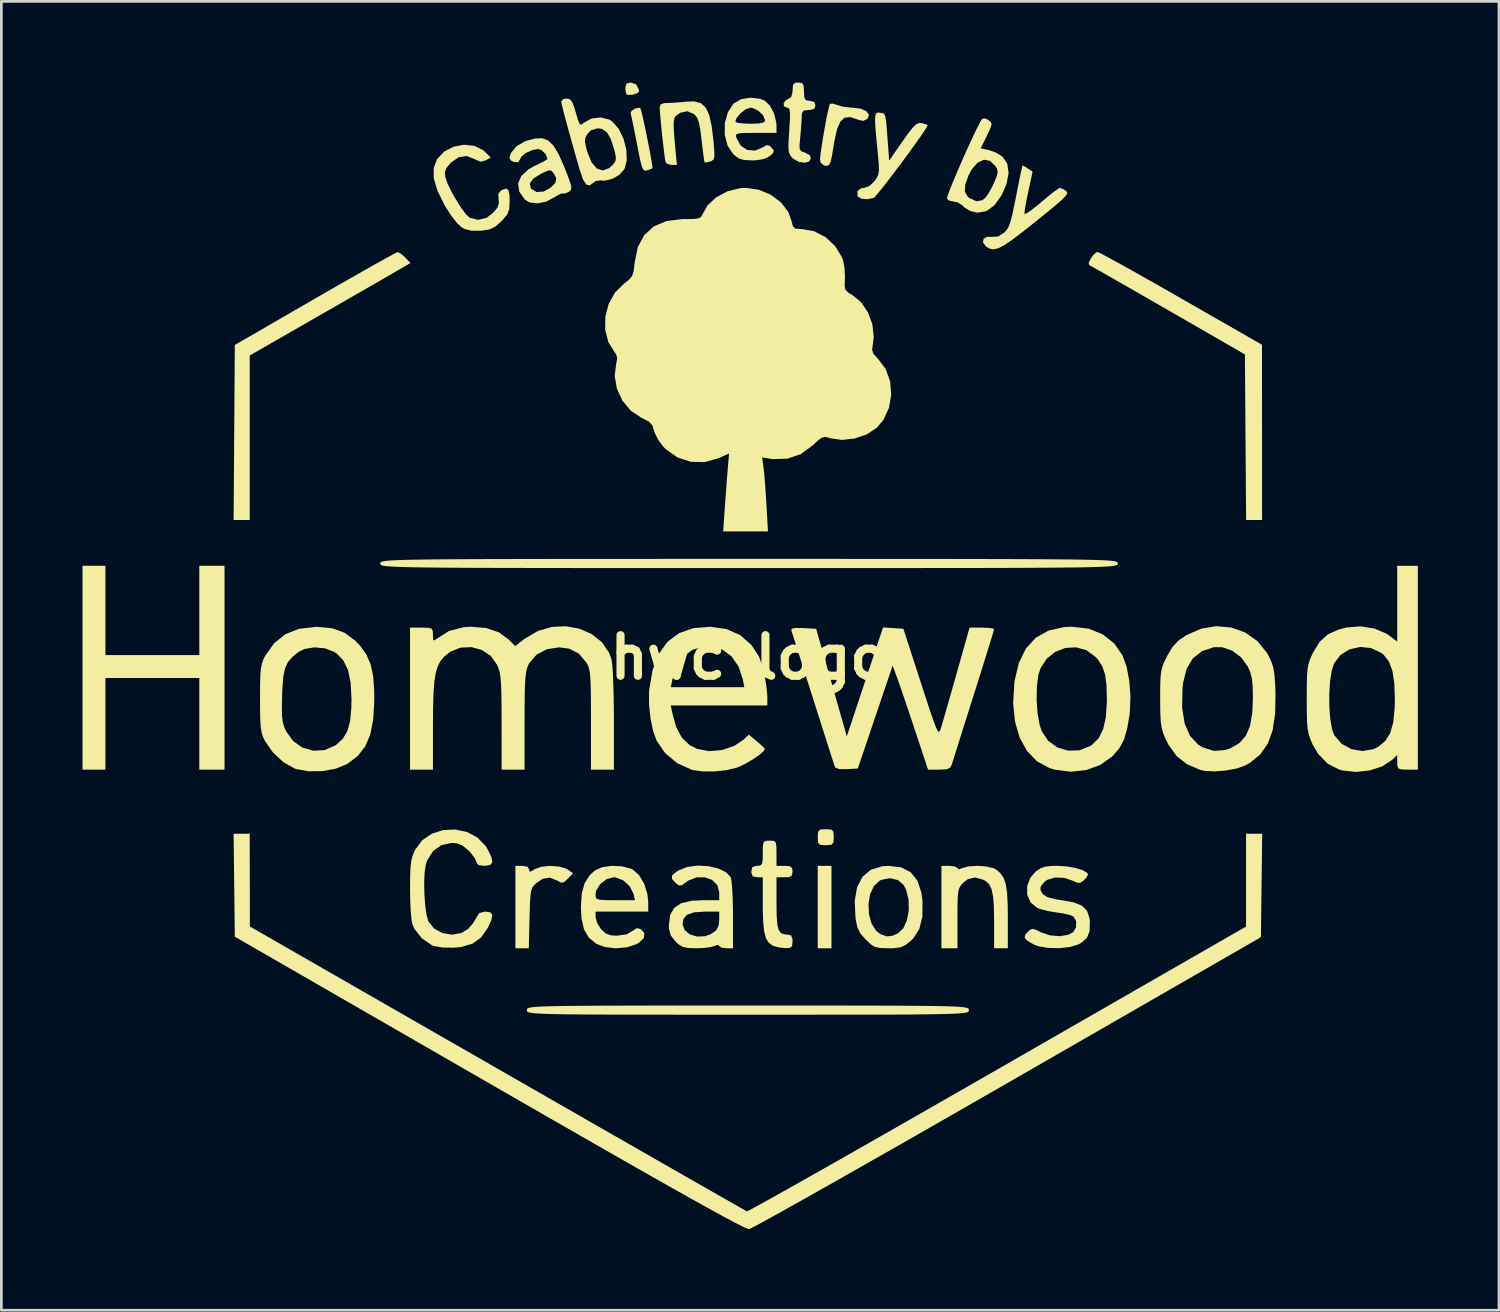
<source format=kicad_pcb>
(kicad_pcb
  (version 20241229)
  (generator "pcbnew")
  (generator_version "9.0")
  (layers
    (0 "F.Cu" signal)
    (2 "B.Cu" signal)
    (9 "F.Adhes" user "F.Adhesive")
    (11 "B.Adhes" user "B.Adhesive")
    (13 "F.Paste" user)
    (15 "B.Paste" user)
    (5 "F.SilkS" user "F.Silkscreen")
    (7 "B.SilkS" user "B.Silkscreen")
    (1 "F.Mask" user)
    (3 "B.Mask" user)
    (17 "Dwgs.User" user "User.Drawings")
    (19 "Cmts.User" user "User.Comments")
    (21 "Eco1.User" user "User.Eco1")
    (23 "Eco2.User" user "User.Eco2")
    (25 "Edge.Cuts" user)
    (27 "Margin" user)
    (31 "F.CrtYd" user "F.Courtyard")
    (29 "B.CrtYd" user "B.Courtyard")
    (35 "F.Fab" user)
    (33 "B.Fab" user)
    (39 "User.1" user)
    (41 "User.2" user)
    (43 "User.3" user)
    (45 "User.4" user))
  (footprint "hwc logo"
    (layer "F.Cu")
    (at 24.638 21.251)
    (property "Reference" "hwc logo" (at 0 0 0) (layer "F.SilkS") (effects (font (size 1.5 1.5) (thickness 0.3))))
    (attr board_only exclude_from_pos_files exclude_from_bom)
    (fp_poly (pts (xy 3.048 9.229) (xy 3.048 10.753) (xy 2.794 10.753) (xy 2.54 10.753) (xy 2.54 9.229) (xy 2.54 7.705) (xy 2.794 7.705) (xy 3.048 7.705)) (stroke (width 0) (type solid)) (fill yes) (layer "F.SilkS"))
    (fp_poly (pts (xy -4.171 -21.179) (xy -4.07 -20.988) (xy -4.064 -20.916) (xy -4.135 -20.853) (xy -4.292 -20.805) (xy -4.454 -20.79) (xy -4.528 -20.812) (xy -4.562 -20.922) (xy -4.572 -21.054) (xy -4.531 -21.207) (xy -4.38 -21.251) (xy -4.369 -21.251)) (stroke (width 0) (type solid)) (fill yes) (layer "F.SilkS"))
    (fp_poly (pts (xy 3.035 6.363) (xy 3.116 6.437) (xy 3.133 6.624) (xy 3.133 6.646) (xy 3.12 6.845) (xy 3.046 6.926) (xy 2.859 6.943) (xy 2.836 6.943) (xy 2.638 6.93) (xy 2.556 6.856) (xy 2.54 6.669) (xy 2.54 6.646) (xy 2.553 6.448) (xy 2.627 6.366) (xy 2.814 6.35) (xy 2.836 6.35)) (stroke (width 0) (type solid)) (fill yes) (layer "F.SilkS"))
    (fp_poly (pts (xy -23.791 -1.736) (xy -23.791 -0.085) (xy -22.056 -0.085) (xy -20.32 -0.085) (xy -20.32 -1.736) (xy -20.32 -3.387) (xy -19.854 -3.387) (xy -19.389 -3.387) (xy -19.389 0.381) (xy -19.389 4.149) (xy -19.854 4.149) (xy -20.32 4.149) (xy -20.32 2.455) (xy -20.32 0.762) (xy -22.056 0.762) (xy -23.791 0.762) (xy -23.791 2.455) (xy -23.791 4.149) (xy -24.215 4.149) (xy -24.638 4.149) (xy -24.638 0.381) (xy -24.638 -3.387) (xy -24.215 -3.387) (xy -23.791 -3.387)) (stroke (width 0) (type solid)) (fill yes) (layer "F.SilkS"))
    (fp_poly (pts (xy -4.015 -20.3) (xy -3.985 -20.207) (xy -3.932 -19.988) (xy -3.864 -19.68) (xy -3.789 -19.322) (xy -3.715 -18.95) (xy -3.649 -18.602) (xy -3.598 -18.317) (xy -3.571 -18.131) (xy -3.57 -18.08) (xy -3.664 -18.038) (xy -3.772 -18.002) (xy -3.846 -17.991) (xy -3.905 -18.027) (xy -3.958 -18.135) (xy -4.014 -18.342) (xy -4.083 -18.672) (xy -4.144 -18.986) (xy -4.223 -19.391) (xy -4.293 -19.739) (xy -4.347 -19.993) (xy -4.378 -20.119) (xy -4.379 -20.122) (xy -4.337 -20.209) (xy -4.208 -20.287) (xy -4.07 -20.319)) (stroke (width 0) (type solid)) (fill yes) (layer "F.SilkS"))
    (fp_poly (pts (xy -12.874 -14.928) (xy -12.717 -14.793) (xy -12.708 -14.783) (xy -12.517 -14.579) (xy -13.01 -14.291) (xy -13.204 -14.179) (xy -13.522 -13.995) (xy -13.944 -13.752) (xy -14.448 -13.462) (xy -15.011 -13.138) (xy -15.613 -12.792) (xy -15.981 -12.581) (xy -18.457 -11.16) (xy -18.457 -8.12) (xy -18.457 -5.08) (xy -18.755 -5.08) (xy -19.052 -5.08) (xy -19.03 -8.315) (xy -19.008 -11.549) (xy -16.044 -13.263) (xy -15.398 -13.635) (xy -14.795 -13.98) (xy -14.253 -14.289) (xy -13.787 -14.552) (xy -13.413 -14.759) (xy -13.148 -14.904) (xy -13.007 -14.975) (xy -12.99 -14.981)) (stroke (width 0) (type solid)) (fill yes) (layer "F.SilkS"))
    (fp_poly (pts (xy 12.976 -14.945) (xy 13.199 -14.829) (xy 13.536 -14.645) (xy 13.972 -14.404) (xy 14.49 -14.113) (xy 15.075 -13.783) (xy 15.71 -13.421) (xy 15.971 -13.271) (xy 18.962 -11.557) (xy 18.964 -8.319) (xy 18.965 -5.08) (xy 18.67 -5.08) (xy 18.375 -5.08) (xy 18.353 -8.14) (xy 18.33 -11.2) (xy 15.494 -12.835) (xy 14.861 -13.199) (xy 14.273 -13.537) (xy 13.747 -13.838) (xy 13.298 -14.095) (xy 12.943 -14.296) (xy 12.699 -14.434) (xy 12.582 -14.498) (xy 12.575 -14.501) (xy 12.557 -14.58) (xy 12.62 -14.723) (xy 12.726 -14.873) (xy 12.84 -14.973) (xy 12.884 -14.986)) (stroke (width 0) (type solid)) (fill yes) (layer "F.SilkS"))
    (fp_poly (pts (xy -8.184 7.74) (xy -8.128 7.836) (xy -8.113 7.921) (xy -8.037 7.901) (xy -7.94 7.836) (xy -7.697 7.743) (xy -7.37 7.707) (xy -7.031 7.729) (xy -6.757 7.808) (xy -6.701 7.841) (xy -6.507 7.977) (xy -6.697 8.18) (xy -6.84 8.311) (xy -6.951 8.326) (xy -7.081 8.255) (xy -7.36 8.14) (xy -7.626 8.183) (xy -7.848 8.332) (xy -7.945 8.421) (xy -8.012 8.512) (xy -8.055 8.639) (xy -8.082 8.833) (xy -8.099 9.126) (xy -8.111 9.551) (xy -8.114 9.644) (xy -8.141 10.753) (xy -8.389 10.753) (xy -8.636 10.753) (xy -8.636 9.229) (xy -8.636 7.705) (xy -8.382 7.705)) (stroke (width 0) (type solid)) (fill yes) (layer "F.SilkS"))
    (fp_poly (pts (xy 3.263 -20.418) (xy 3.488 -20.355) (xy 3.775 -20.322) (xy 3.843 -20.32) (xy 4.126 -20.285) (xy 4.331 -20.193) (xy 4.431 -20.069) (xy 4.397 -19.933) (xy 4.36 -19.896) (xy 4.214 -19.83) (xy 4.024 -19.88) (xy 4.015 -19.884) (xy 3.744 -19.973) (xy 3.535 -19.952) (xy 3.376 -19.807) (xy 3.253 -19.525) (xy 3.156 -19.091) (xy 3.129 -18.923) (xy 3.069 -18.555) (xy 3.017 -18.325) (xy 2.959 -18.206) (xy 2.88 -18.168) (xy 2.773 -18.182) (xy 2.651 -18.285) (xy 2.625 -18.4) (xy 2.64 -18.578) (xy 2.678 -18.859) (xy 2.733 -19.204) (xy 2.797 -19.572) (xy 2.862 -19.922) (xy 2.923 -20.214) (xy 2.971 -20.408) (xy 2.993 -20.462) (xy 3.101 -20.471)) (stroke (width 0) (type solid)) (fill yes) (layer "F.SilkS"))
    (fp_poly (pts (xy 7.604 7.727) (xy 7.702 7.781) (xy 7.705 7.792) (xy 7.756 7.837) (xy 7.868 7.792) (xy 8.1 7.727) (xy 8.417 7.705) (xy 8.748 7.726) (xy 9.023 7.787) (xy 9.126 7.837) (xy 9.292 7.978) (xy 9.412 8.153) (xy 9.493 8.388) (xy 9.54 8.713) (xy 9.563 9.157) (xy 9.567 9.605) (xy 9.567 10.753) (xy 9.313 10.753) (xy 9.059 10.753) (xy 9.059 9.741) (xy 9.051 9.211) (xy 9.02 8.824) (xy 8.961 8.553) (xy 8.866 8.372) (xy 8.729 8.255) (xy 8.665 8.222) (xy 8.352 8.135) (xy 8.09 8.197) (xy 7.912 8.336) (xy 7.828 8.429) (xy 7.77 8.53) (xy 7.733 8.672) (xy 7.714 8.886) (xy 7.706 9.206) (xy 7.705 9.648) (xy 7.705 10.753) (xy 7.408 10.753) (xy 7.112 10.753) (xy 7.112 9.229) (xy 7.112 7.705) (xy 7.408 7.705)) (stroke (width 0) (type solid)) (fill yes) (layer "F.SilkS"))
    (fp_poly (pts (xy -1.786 -20.49) (xy -1.606 -20.331) (xy -1.475 -20.06) (xy -1.383 -19.659) (xy -1.316 -19.108) (xy -1.309 -19.037) (xy -1.283 -18.709) (xy -1.282 -18.511) (xy -1.312 -18.405) (xy -1.38 -18.352) (xy -1.437 -18.331) (xy -1.589 -18.296) (xy -1.644 -18.301) (xy -1.662 -18.393) (xy -1.693 -18.614) (xy -1.731 -18.927) (xy -1.754 -19.13) (xy -1.803 -19.523) (xy -1.855 -19.784) (xy -1.919 -19.951) (xy -2.007 -20.062) (xy -2.034 -20.084) (xy -2.281 -20.19) (xy -2.543 -20.134) (xy -2.703 -20.018) (xy -2.757 -19.935) (xy -2.784 -19.796) (xy -2.784 -19.567) (xy -2.76 -19.214) (xy -2.745 -19.053) (xy -2.667 -18.203) (xy -2.86 -18.203) (xy -3.025 -18.244) (xy -3.086 -18.309) (xy -3.109 -18.438) (xy -3.142 -18.692) (xy -3.181 -19.026) (xy -3.221 -19.396) (xy -3.258 -19.758) (xy -3.286 -20.067) (xy -3.301 -20.281) (xy -3.302 -20.326) (xy -3.266 -20.445) (xy -3.128 -20.49) (xy -3.027 -20.493) (xy -2.768 -20.504) (xy -2.452 -20.53) (xy -2.348 -20.542) (xy -2.029 -20.554)) (stroke (width 0) (type solid)) (fill yes) (layer "F.SilkS"))
    (fp_poly (pts (xy 4.846 -20.135) (xy 4.934 -20.121) (xy 4.994 -20.087) (xy 5.034 -20.004) (xy 5.064 -19.845) (xy 5.09 -19.578) (xy 5.12 -19.176) (xy 5.125 -19.11) (xy 5.18 -18.366) (xy 5.677 -19.078) (xy 5.908 -19.402) (xy 6.072 -19.608) (xy 6.194 -19.717) (xy 6.299 -19.755) (xy 6.389 -19.749) (xy 6.549 -19.705) (xy 6.604 -19.669) (xy 6.555 -19.574) (xy 6.422 -19.372) (xy 6.223 -19.088) (xy 5.979 -18.748) (xy 5.708 -18.379) (xy 5.43 -18.007) (xy 5.164 -17.657) (xy 4.929 -17.355) (xy 4.745 -17.129) (xy 4.632 -17.002) (xy 4.61 -16.986) (xy 4.368 -16.935) (xy 4.15 -16.956) (xy 4.019 -17.042) (xy 4.012 -17.056) (xy 4.007 -17.237) (xy 4.143 -17.341) (xy 4.265 -17.357) (xy 4.458 -17.429) (xy 4.647 -17.615) (xy 4.731 -17.738) (xy 4.781 -17.856) (xy 4.802 -18.008) (xy 4.796 -18.233) (xy 4.767 -18.569) (xy 4.747 -18.773) (xy 4.697 -19.287) (xy 4.667 -19.656) (xy 4.659 -19.902) (xy 4.675 -20.05) (xy 4.716 -20.122) (xy 4.784 -20.141)) (stroke (width 0) (type solid)) (fill yes) (layer "F.SilkS"))
    (fp_poly (pts (xy 5.627 7.763) (xy 5.978 7.944) (xy 6.224 8.252) (xy 6.371 8.693) (xy 6.412 9.006) (xy 6.41 9.575) (xy 6.298 10.03) (xy 6.071 10.387) (xy 5.965 10.491) (xy 5.772 10.641) (xy 5.589 10.72) (xy 5.346 10.75) (xy 5.152 10.753) (xy 4.854 10.744) (xy 4.658 10.702) (xy 4.494 10.6) (xy 4.316 10.432) (xy 4.117 10.206) (xy 4.006 9.985) (xy 3.944 9.688) (xy 3.935 9.624) (xy 3.913 9.121) (xy 4.416 9.121) (xy 4.435 9.499) (xy 4.532 9.846) (xy 4.706 10.117) (xy 4.864 10.234) (xy 5.092 10.313) (xy 5.301 10.291) (xy 5.504 10.202) (xy 5.704 10.012) (xy 5.839 9.709) (xy 5.906 9.341) (xy 5.897 8.954) (xy 5.809 8.595) (xy 5.717 8.416) (xy 5.502 8.23) (xy 5.211 8.162) (xy 4.896 8.222) (xy 4.835 8.25) (xy 4.616 8.451) (xy 4.476 8.757) (xy 4.416 9.121) (xy 3.913 9.121) (xy 3.908 9.001) (xy 3.995 8.495) (xy 4.193 8.111) (xy 4.502 7.852) (xy 4.919 7.721) (xy 5.165 7.705)) (stroke (width 0) (type solid)) (fill yes) (layer "F.SilkS"))
    (fp_poly (pts (xy 10.183 -18.153) (xy 10.305 -18.075) (xy 10.482 -17.951) (xy 10.321 -17.211) (xy 10.251 -16.873) (xy 10.203 -16.598) (xy 10.182 -16.426) (xy 10.184 -16.395) (xy 10.254 -16.413) (xy 10.421 -16.524) (xy 10.656 -16.707) (xy 10.811 -16.838) (xy 11.081 -17.064) (xy 11.306 -17.24) (xy 11.454 -17.341) (xy 11.49 -17.357) (xy 11.614 -17.311) (xy 11.719 -17.246) (xy 11.76 -17.199) (xy 11.756 -17.136) (xy 11.691 -17.042) (xy 11.55 -16.901) (xy 11.318 -16.7) (xy 10.981 -16.422) (xy 10.586 -16.103) (xy 10.101 -15.718) (xy 9.725 -15.434) (xy 9.438 -15.24) (xy 9.219 -15.127) (xy 9.05 -15.085) (xy 8.911 -15.104) (xy 8.782 -15.174) (xy 8.765 -15.185) (xy 8.648 -15.337) (xy 8.673 -15.475) (xy 8.814 -15.55) (xy 8.953 -15.545) (xy 9.202 -15.558) (xy 9.415 -15.686) (xy 9.512 -15.782) (xy 9.591 -15.909) (xy 9.661 -16.097) (xy 9.734 -16.376) (xy 9.819 -16.778) (xy 9.867 -17.018) (xy 9.949 -17.434) (xy 10.02 -17.786) (xy 10.075 -18.041) (xy 10.105 -18.171) (xy 10.109 -18.18)) (stroke (width 0) (type solid)) (fill yes) (layer "F.SilkS"))
    (fp_poly (pts (xy 0.907 6.781) (xy 0.983 6.832) (xy 1.011 6.969) (xy 1.016 7.232) (xy 1.016 7.239) (xy 1.016 7.705) (xy 1.312 7.705) (xy 1.513 7.72) (xy 1.595 7.792) (xy 1.609 7.916) (xy 1.587 8.059) (xy 1.487 8.118) (xy 1.312 8.128) (xy 1.016 8.128) (xy 1.016 9.085) (xy 1.022 9.552) (xy 1.047 9.876) (xy 1.098 10.082) (xy 1.186 10.194) (xy 1.317 10.24) (xy 1.414 10.245) (xy 1.554 10.276) (xy 1.605 10.402) (xy 1.609 10.499) (xy 1.591 10.673) (xy 1.502 10.74) (xy 1.333 10.747) (xy 1.078 10.716) (xy 0.877 10.654) (xy 0.731 10.55) (xy 0.627 10.386) (xy 0.56 10.136) (xy 0.522 9.775) (xy 0.508 9.276) (xy 0.508 9.14) (xy 0.508 8.128) (xy 0.296 8.128) (xy 0.135 8.093) (xy 0.086 7.955) (xy 0.085 7.916) (xy 0.12 7.755) (xy 0.257 7.706) (xy 0.296 7.705) (xy 0.418 7.693) (xy 0.481 7.629) (xy 0.505 7.472) (xy 0.508 7.239) (xy 0.512 6.973) (xy 0.54 6.834) (xy 0.615 6.782) (xy 0.758 6.773) (xy 0.762 6.773)) (stroke (width 0) (type solid)) (fill yes) (layer "F.SilkS"))
    (fp_poly (pts (xy 1.957 -21.233) (xy 2.017 -21.146) (xy 2.032 -20.942) (xy 2.032 -20.913) (xy 2.044 -20.694) (xy 2.098 -20.597) (xy 2.225 -20.574) (xy 2.244 -20.574) (xy 2.41 -20.534) (xy 2.455 -20.405) (xy 2.415 -20.281) (xy 2.267 -20.237) (xy 2.201 -20.235) (xy 2.021 -20.214) (xy 1.955 -20.116) (xy 1.947 -19.994) (xy 1.938 -19.776) (xy 1.916 -19.47) (xy 1.893 -19.236) (xy 1.867 -18.952) (xy 1.873 -18.792) (xy 1.925 -18.713) (xy 2.034 -18.672) (xy 2.063 -18.664) (xy 2.245 -18.563) (xy 2.286 -18.448) (xy 2.22 -18.328) (xy 2.056 -18.285) (xy 1.847 -18.317) (xy 1.646 -18.425) (xy 1.602 -18.464) (xy 1.523 -18.557) (xy 1.475 -18.666) (xy 1.456 -18.829) (xy 1.461 -19.084) (xy 1.486 -19.47) (xy 1.486 -19.48) (xy 1.511 -19.865) (xy 1.516 -20.112) (xy 1.5 -20.25) (xy 1.46 -20.309) (xy 1.408 -20.32) (xy 1.292 -20.373) (xy 1.28 -20.489) (xy 1.365 -20.601) (xy 1.439 -20.634) (xy 1.563 -20.716) (xy 1.607 -20.904) (xy 1.609 -20.965) (xy 1.626 -21.161) (xy 1.702 -21.239) (xy 1.82 -21.251)) (stroke (width 0) (type solid)) (fill yes) (layer "F.SilkS"))
    (fp_poly (pts (xy -10.158 -18.911) (xy -9.832 -18.752) (xy -9.758 -18.687) (xy -9.546 -18.475) (xy -9.732 -18.375) (xy -9.908 -18.322) (xy -10.085 -18.387) (xy -10.12 -18.409) (xy -10.434 -18.533) (xy -10.738 -18.488) (xy -11.023 -18.285) (xy -11.188 -18.092) (xy -11.244 -17.926) (xy -11.227 -17.757) (xy -11.15 -17.531) (xy -11.009 -17.235) (xy -10.829 -16.915) (xy -10.639 -16.616) (xy -10.464 -16.381) (xy -10.332 -16.257) (xy -10.013 -16.172) (xy -9.698 -16.253) (xy -9.466 -16.429) (xy -9.299 -16.627) (xy -9.245 -16.799) (xy -9.259 -16.935) (xy -9.267 -17.136) (xy -9.171 -17.256) (xy -9.134 -17.277) (xy -8.984 -17.331) (xy -8.897 -17.28) (xy -8.856 -17.102) (xy -8.848 -16.843) (xy -8.864 -16.573) (xy -8.935 -16.379) (xy -9.096 -16.181) (xy -9.159 -16.117) (xy -9.382 -15.921) (xy -9.595 -15.82) (xy -9.882 -15.775) (xy -9.921 -15.772) (xy -10.262 -15.771) (xy -10.514 -15.838) (xy -10.626 -15.899) (xy -10.792 -16.053) (xy -10.998 -16.316) (xy -11.21 -16.642) (xy -11.253 -16.714) (xy -11.52 -17.256) (xy -11.654 -17.711) (xy -11.656 -18.095) (xy -11.529 -18.422) (xy -11.268 -18.699) (xy -10.921 -18.878) (xy -10.536 -18.951)) (stroke (width 0) (type solid)) (fill yes) (layer "F.SilkS"))
    (fp_poly (pts (xy 0.4 -20.651) (xy 0.579 -20.581) (xy 0.772 -20.398) (xy 0.925 -20.108) (xy 1.008 -19.772) (xy 1.016 -19.645) (xy 1.016 -19.389) (xy 0.248 -19.389) (xy -0.113 -19.387) (xy -0.336 -19.377) (xy -0.449 -19.35) (xy -0.483 -19.298) (xy -0.468 -19.213) (xy -0.464 -19.198) (xy -0.309 -18.918) (xy -0.066 -18.758) (xy 0.223 -18.734) (xy 0.497 -18.849) (xy 0.649 -18.937) (xy 0.751 -18.918) (xy 0.833 -18.843) (xy 0.919 -18.733) (xy 0.892 -18.643) (xy 0.774 -18.537) (xy 0.557 -18.422) (xy 0.243 -18.375) (xy 0.111 -18.373) (xy -0.183 -18.387) (xy -0.38 -18.445) (xy -0.549 -18.571) (xy -0.592 -18.613) (xy -0.798 -18.93) (xy -0.899 -19.325) (xy -0.894 -19.748) (xy -0.879 -19.801) (xy -0.508 -19.801) (xy -0.431 -19.763) (xy -0.229 -19.737) (xy 0.042 -19.727) (xy 0.351 -19.736) (xy 0.523 -19.766) (xy 0.589 -19.826) (xy 0.593 -19.854) (xy 0.521 -20.038) (xy 0.346 -20.208) (xy 0.13 -20.31) (xy 0.048 -20.32) (xy -0.13 -20.257) (xy -0.322 -20.107) (xy -0.467 -19.925) (xy -0.508 -19.801) (xy -0.879 -19.801) (xy -0.785 -20.146) (xy -0.574 -20.467) (xy -0.552 -20.488) (xy -0.289 -20.634) (xy 0.052 -20.691)) (stroke (width 0) (type solid)) (fill yes) (layer "F.SilkS"))
    (fp_poly (pts (xy 8.852 -19.862) (xy 8.939 -19.788) (xy 8.966 -19.706) (xy 8.927 -19.571) (xy 8.819 -19.338) (xy 8.789 -19.277) (xy 8.561 -18.813) (xy 8.852 -18.758) (xy 9.129 -18.661) (xy 9.369 -18.51) (xy 9.547 -18.25) (xy 9.596 -17.903) (xy 9.517 -17.492) (xy 9.346 -17.1) (xy 9.075 -16.715) (xy 8.771 -16.494) (xy 8.435 -16.44) (xy 8.167 -16.506) (xy 7.97 -16.628) (xy 7.882 -16.712) (xy 7.711 -16.821) (xy 7.565 -16.849) (xy 7.391 -16.89) (xy 7.317 -16.962) (xy 7.34 -17.063) (xy 7.397 -17.218) (xy 7.978 -17.218) (xy 8.083 -17.032) (xy 8.147 -16.98) (xy 8.408 -16.86) (xy 8.629 -16.901) (xy 8.747 -17) (xy 8.861 -17.165) (xy 8.997 -17.415) (xy 9.062 -17.556) (xy 9.163 -17.803) (xy 9.193 -17.958) (xy 9.157 -18.082) (xy 9.113 -18.155) (xy 8.911 -18.355) (xy 8.683 -18.397) (xy 8.45 -18.29) (xy 8.232 -18.039) (xy 8.121 -17.832) (xy 7.991 -17.476) (xy 7.978 -17.218) (xy 7.397 -17.218) (xy 7.422 -17.288) (xy 7.55 -17.605) (xy 7.711 -17.986) (xy 7.891 -18.399) (xy 8.077 -18.816) (xy 8.257 -19.205) (xy 8.416 -19.538) (xy 8.542 -19.784) (xy 8.621 -19.913) (xy 8.625 -19.918) (xy 8.732 -19.924)) (stroke (width 0) (type solid)) (fill yes) (layer "F.SilkS"))
    (fp_poly (pts (xy -4.706 7.721) (xy -4.368 7.809) (xy -4.307 7.837) (xy -4.067 8.045) (xy -3.874 8.369) (xy -3.755 8.758) (xy -3.727 9.038) (xy -3.725 9.398) (xy -4.699 9.398) (xy -5.673 9.398) (xy -5.673 9.605) (xy -5.618 9.808) (xy -5.486 10.028) (xy -5.468 10.049) (xy -5.296 10.208) (xy -5.094 10.276) (xy -4.885 10.287) (xy -4.527 10.238) (xy -4.322 10.121) (xy -4.157 10.012) (xy -4.016 10.034) (xy -3.996 10.046) (xy -3.866 10.198) (xy -3.891 10.373) (xy -4.066 10.546) (xy -4.147 10.594) (xy -4.507 10.716) (xy -4.927 10.753) (xy -5.337 10.706) (xy -5.647 10.587) (xy -5.923 10.357) (xy -6.102 10.052) (xy -6.194 9.64) (xy -6.215 9.229) (xy -6.185 8.759) (xy -5.673 8.759) (xy -5.667 8.863) (xy -5.626 8.927) (xy -5.518 8.96) (xy -5.309 8.973) (xy -4.966 8.975) (xy -4.944 8.975) (xy -4.215 8.975) (xy -4.27 8.742) (xy -4.408 8.462) (xy -4.648 8.243) (xy -4.933 8.133) (xy -5.004 8.128) (xy -5.27 8.199) (xy -5.503 8.38) (xy -5.649 8.619) (xy -5.673 8.759) (xy -6.185 8.759) (xy -6.183 8.726) (xy -6.077 8.344) (xy -5.884 8.047) (xy -5.705 7.881) (xy -5.441 7.759) (xy -5.086 7.705)) (stroke (width 0) (type solid)) (fill yes) (layer "F.SilkS"))
    (fp_poly (pts (xy -6.629 -20.636) (xy -6.544 -20.545) (xy -6.465 -20.349) (xy -6.403 -20.14) (xy -6.322 -19.863) (xy -6.263 -19.722) (xy -6.203 -19.692) (xy -6.122 -19.746) (xy -6.099 -19.767) (xy -5.818 -19.921) (xy -5.484 -19.96) (xy -5.168 -19.881) (xy -5.057 -19.812) (xy -4.816 -19.537) (xy -4.637 -19.167) (xy -4.534 -18.759) (xy -4.52 -18.365) (xy -4.605 -18.052) (xy -4.79 -17.841) (xy -5.063 -17.685) (xy -5.352 -17.619) (xy -5.49 -17.632) (xy -5.667 -17.609) (xy -5.742 -17.556) (xy -5.888 -17.448) (xy -6.014 -17.477) (xy -6.13 -17.654) (xy -6.248 -17.988) (xy -6.255 -18.013) (xy -6.427 -18.611) (xy -6.56 -19.082) (xy -6.067 -19.082) (xy -6.033 -18.888) (xy -5.975 -18.677) (xy -5.821 -18.3) (xy -5.627 -18.072) (xy -5.406 -18) (xy -5.169 -18.087) (xy -5.027 -18.216) (xy -4.941 -18.336) (xy -4.92 -18.473) (xy -4.96 -18.689) (xy -4.984 -18.779) (xy -5.113 -19.171) (xy -5.259 -19.417) (xy -5.439 -19.537) (xy -5.588 -19.558) (xy -5.842 -19.489) (xy -5.974 -19.35) (xy -6.048 -19.216) (xy -6.067 -19.082) (xy -6.56 -19.082) (xy -6.584 -19.169) (xy -6.721 -19.663) (xy -6.83 -20.072) (xy -6.905 -20.37) (xy -6.941 -20.537) (xy -6.943 -20.557) (xy -6.871 -20.635) (xy -6.745 -20.659)) (stroke (width 0) (type solid)) (fill yes) (layer "F.SilkS"))
    (fp_poly (pts (xy -7.428 -19.111) (xy -7.234 -18.925) (xy -7.044 -18.614) (xy -6.84 -18.158) (xy -6.818 -18.103) (xy -6.678 -17.744) (xy -6.596 -17.509) (xy -6.568 -17.365) (xy -6.588 -17.279) (xy -6.648 -17.218) (xy -6.652 -17.215) (xy -6.799 -17.147) (xy -6.869 -17.152) (xy -6.976 -17.135) (xy -7.15 -17.038) (xy -7.182 -17.016) (xy -7.498 -16.848) (xy -7.828 -16.782) (xy -8.121 -16.82) (xy -8.285 -16.921) (xy -8.493 -17.217) (xy -8.536 -17.514) (xy -8.53 -17.527) (xy -8.102 -17.527) (xy -8.071 -17.35) (xy -8.049 -17.321) (xy -7.852 -17.203) (xy -7.596 -17.22) (xy -7.335 -17.363) (xy -7.156 -17.545) (xy -7.127 -17.717) (xy -7.223 -17.899) (xy -7.303 -17.989) (xy -7.395 -18.004) (xy -7.556 -17.943) (xy -7.66 -17.894) (xy -7.965 -17.709) (xy -8.102 -17.527) (xy -8.53 -17.527) (xy -8.42 -17.794) (xy -8.149 -18.044) (xy -7.917 -18.172) (xy -7.671 -18.291) (xy -7.502 -18.384) (xy -7.451 -18.427) (xy -7.515 -18.6) (xy -7.663 -18.747) (xy -7.797 -18.796) (xy -8.013 -18.754) (xy -8.236 -18.652) (xy -8.407 -18.524) (xy -8.467 -18.413) (xy -8.527 -18.305) (xy -8.678 -18.307) (xy -8.789 -18.36) (xy -8.855 -18.452) (xy -8.815 -18.612) (xy -8.802 -18.642) (xy -8.6 -18.894) (xy -8.268 -19.085) (xy -7.908 -19.181) (xy -7.647 -19.19)) (stroke (width 0) (type solid)) (fill yes) (layer "F.SilkS"))
    (fp_poly (pts (xy 12.548 -1.063) (xy 13.074 -0.853) (xy 13.502 -0.512) (xy 13.806 -0.074) (xy 13.956 0.338) (xy 14.056 0.858) (xy 14.099 1.431) (xy 14.078 2.002) (xy 14.06 2.16) (xy 13.972 2.663) (xy 13.858 3.043) (xy 13.697 3.345) (xy 13.471 3.615) (xy 13.422 3.664) (xy 12.986 3.975) (xy 12.463 4.165) (xy 11.892 4.226) (xy 11.312 4.152) (xy 11.102 4.089) (xy 10.646 3.842) (xy 10.277 3.461) (xy 10.003 2.964) (xy 9.83 2.365) (xy 9.763 1.68) (xy 9.77 1.566) (xy 10.631 1.566) (xy 10.665 2.051) (xy 10.738 2.477) (xy 10.819 2.73) (xy 11.061 3.086) (xy 11.399 3.329) (xy 11.796 3.448) (xy 12.213 3.434) (xy 12.612 3.277) (xy 12.68 3.232) (xy 12.925 2.987) (xy 13.094 2.648) (xy 13.193 2.192) (xy 13.228 1.6) (xy 13.228 1.524) (xy 13.213 1.016) (xy 13.163 0.636) (xy 13.066 0.344) (xy 12.912 0.1) (xy 12.804 -0.023) (xy 12.468 -0.267) (xy 12.086 -0.372) (xy 11.693 -0.348) (xy 11.322 -0.205) (xy 11.006 0.047) (xy 10.777 0.396) (xy 10.694 0.654) (xy 10.64 1.08) (xy 10.631 1.566) (xy 9.77 1.566) (xy 9.809 0.926) (xy 9.817 0.864) (xy 9.975 0.2) (xy 10.237 -0.331) (xy 10.602 -0.728) (xy 11.071 -0.991) (xy 11.643 -1.12) (xy 11.938 -1.134)) (stroke (width 0) (type solid)) (fill yes) (layer "F.SilkS"))
    (fp_poly (pts (xy 11.747 7.727) (xy 12.075 7.785) (xy 12.339 7.869) (xy 12.501 7.965) (xy 12.531 8.026) (xy 12.474 8.135) (xy 12.374 8.243) (xy 12.248 8.333) (xy 12.122 8.327) (xy 11.972 8.257) (xy 11.643 8.148) (xy 11.307 8.138) (xy 11.022 8.223) (xy 10.922 8.297) (xy 10.783 8.464) (xy 10.771 8.599) (xy 10.862 8.753) (xy 11.023 8.86) (xy 11.335 8.942) (xy 11.552 8.974) (xy 12.002 9.055) (xy 12.308 9.18) (xy 12.494 9.366) (xy 12.584 9.631) (xy 12.599 9.763) (xy 12.589 10.124) (xy 12.489 10.373) (xy 12.276 10.554) (xy 12.161 10.615) (xy 11.85 10.707) (xy 11.456 10.748) (xy 11.048 10.738) (xy 10.694 10.678) (xy 10.541 10.62) (xy 10.295 10.478) (xy 10.19 10.366) (xy 10.211 10.255) (xy 10.293 10.159) (xy 10.404 10.058) (xy 10.501 10.035) (xy 10.646 10.088) (xy 10.798 10.165) (xy 11.125 10.276) (xy 11.481 10.306) (xy 11.8 10.254) (xy 11.98 10.16) (xy 12.087 9.98) (xy 12.094 9.759) (xy 11.998 9.582) (xy 11.996 9.58) (xy 11.855 9.521) (xy 11.607 9.464) (xy 11.382 9.431) (xy 11.063 9.379) (xy 10.777 9.307) (xy 10.643 9.255) (xy 10.403 9.05) (xy 10.282 8.767) (xy 10.282 8.448) (xy 10.405 8.136) (xy 10.593 7.921) (xy 10.768 7.798) (xy 10.957 7.732) (xy 11.224 7.707) (xy 11.397 7.705)) (stroke (width 0) (type solid)) (fill yes) (layer "F.SilkS"))
    (fp_poly (pts (xy -1.495 7.718) (xy -1.126 7.806) (xy -0.833 7.955) (xy -0.68 8.123) (xy -0.648 8.265) (xy -0.622 8.541) (xy -0.603 8.917) (xy -0.593 9.36) (xy -0.593 9.519) (xy -0.593 10.753) (xy -0.847 10.753) (xy -1.025 10.727) (xy -1.101 10.666) (xy -1.101 10.665) (xy -1.152 10.621) (xy -1.264 10.665) (xy -1.435 10.712) (xy -1.708 10.744) (xy -1.948 10.753) (xy -2.253 10.743) (xy -2.452 10.701) (xy -2.608 10.606) (xy -2.716 10.505) (xy -2.894 10.276) (xy -2.96 10.019) (xy -2.963 9.907) (xy -2.958 9.865) (xy -2.455 9.865) (xy -2.381 10.082) (xy -2.188 10.239) (xy -1.92 10.319) (xy -1.623 10.307) (xy -1.413 10.232) (xy -1.213 10.091) (xy -1.121 9.907) (xy -1.102 9.673) (xy -1.101 9.398) (xy -1.645 9.398) (xy -2.041 9.425) (xy -2.294 9.514) (xy -2.426 9.675) (xy -2.455 9.865) (xy -2.958 9.865) (xy -2.918 9.533) (xy -2.772 9.264) (xy -2.511 9.089) (xy -2.119 8.996) (xy -1.698 8.975) (xy -1.101 8.975) (xy -1.101 8.683) (xy -1.172 8.418) (xy -1.361 8.229) (xy -1.627 8.129) (xy -1.931 8.131) (xy -2.234 8.246) (xy -2.321 8.307) (xy -2.482 8.421) (xy -2.586 8.432) (xy -2.705 8.344) (xy -2.713 8.336) (xy -2.847 8.187) (xy -2.849 8.068) (xy -2.709 7.94) (xy -2.603 7.873) (xy -2.28 7.745) (xy -1.895 7.695)) (stroke (width 0) (type solid)) (fill yes) (layer "F.SilkS"))
    (fp_poly (pts (xy -0.839 -1.049) (xy -0.328 -0.823) (xy 0.089 -0.459) (xy 0.363 -0.041) (xy 0.465 0.231) (xy 0.559 0.604) (xy 0.634 1.01) (xy 0.674 1.383) (xy 0.677 1.497) (xy 0.677 1.778) (xy -1.107 1.778) (xy -2.892 1.778) (xy -2.837 2.053) (xy -2.69 2.583) (xy -2.481 2.972) (xy -2.196 3.242) (xy -1.921 3.381) (xy -1.477 3.467) (xy -0.997 3.425) (xy -0.542 3.269) (xy -0.195 3.033) (xy -0.007 2.856) (xy 0.287 3.1) (xy 0.464 3.255) (xy 0.572 3.364) (xy 0.587 3.387) (xy 0.526 3.481) (xy 0.356 3.623) (xy 0.116 3.785) (xy -0.151 3.939) (xy -0.404 4.059) (xy -0.465 4.081) (xy -0.837 4.17) (xy -1.278 4.215) (xy -1.714 4.215) (xy -2.073 4.166) (xy -2.117 4.154) (xy -2.658 3.908) (xy -3.103 3.536) (xy -3.412 3.087) (xy -3.546 2.719) (xy -3.644 2.247) (xy -3.697 1.737) (xy -3.695 1.253) (xy -3.689 1.185) (xy -3.674 1.101) (xy -2.892 1.101) (xy -1.533 1.101) (xy -0.174 1.101) (xy -0.226 0.826) (xy -0.386 0.338) (xy -0.648 -0.04) (xy -0.995 -0.293) (xy -1.408 -0.406) (xy -1.658 -0.402) (xy -2.101 -0.276) (xy -2.449 -0.011) (xy -2.701 0.393) (xy -2.834 0.826) (xy -2.892 1.101) (xy -3.674 1.101) (xy -3.562 0.46) (xy -3.336 -0.128) (xy -3.009 -0.581) (xy -2.58 -0.899) (xy -2.049 -1.083) (xy -1.437 -1.133)) (stroke (width 0) (type solid)) (fill yes) (layer "F.SilkS"))
    (fp_poly (pts (xy 1.315 12.869) (xy 2.513 12.87) (xy 3.562 12.87) (xy 4.472 12.872) (xy 5.251 12.874) (xy 5.912 12.877) (xy 6.462 12.882) (xy 6.913 12.888) (xy 7.274 12.895) (xy 7.556 12.905) (xy 7.767 12.917) (xy 7.919 12.931) (xy 8.021 12.947) (xy 8.083 12.966) (xy 8.115 12.988) (xy 8.126 13.013) (xy 8.128 13.039) (xy 8.126 13.067) (xy 8.112 13.092) (xy 8.078 13.113) (xy 8.012 13.132) (xy 7.906 13.148) (xy 7.748 13.162) (xy 7.53 13.173) (xy 7.241 13.183) (xy 6.871 13.19) (xy 6.41 13.196) (xy 5.849 13.201) (xy 5.177 13.204) (xy 4.384 13.206) (xy 3.461 13.207) (xy 2.397 13.208) (xy 1.183 13.208) (xy -0.042 13.208) (xy -1.4 13.208) (xy -2.598 13.208) (xy -3.647 13.207) (xy -4.556 13.206) (xy -5.336 13.203) (xy -5.996 13.2) (xy -6.547 13.196) (xy -6.998 13.19) (xy -7.359 13.182) (xy -7.64 13.172) (xy -7.852 13.161) (xy -8.004 13.147) (xy -8.106 13.13) (xy -8.167 13.111) (xy -8.199 13.089) (xy -8.211 13.064) (xy -8.213 13.039) (xy -8.21 13.011) (xy -8.197 12.986) (xy -8.163 12.964) (xy -8.097 12.945) (xy -7.991 12.929) (xy -7.833 12.915) (xy -7.615 12.904) (xy -7.326 12.895) (xy -6.956 12.887) (xy -6.495 12.881) (xy -5.933 12.877) (xy -5.261 12.874) (xy -4.469 12.872) (xy -3.545 12.87) (xy -2.482 12.87) (xy -1.267 12.869) (xy -0.042 12.869)) (stroke (width 0) (type solid)) (fill yes) (layer "F.SilkS"))
    (fp_poly (pts (xy -18.454 8.234) (xy -18.451 9.948) (xy -9.305 15.198) (xy -8.157 15.856) (xy -7.05 16.491) (xy -5.992 17.098) (xy -4.992 17.671) (xy -4.059 18.205) (xy -3.202 18.696) (xy -2.43 19.138) (xy -1.751 19.525) (xy -1.175 19.854) (xy -0.711 20.118) (xy -0.368 20.314) (xy -0.154 20.434) (xy -0.078 20.476) (xy 0.004 20.438) (xy 0.224 20.321) (xy 0.573 20.129) (xy 1.042 19.867) (xy 1.622 19.542) (xy 2.305 19.156) (xy 3.081 18.717) (xy 3.941 18.228) (xy 4.877 17.695) (xy 5.88 17.122) (xy 6.941 16.515) (xy 8.051 15.879) (xy 9.188 15.227) (xy 18.373 9.949) (xy 18.373 8.234) (xy 18.373 6.519) (xy 18.671 6.519) (xy 18.969 6.519) (xy 18.946 8.431) (xy 18.923 10.342) (xy 9.567 15.726) (xy 8.404 16.394) (xy 7.28 17.039) (xy 6.203 17.655) (xy 5.182 18.238) (xy 4.226 18.781) (xy 3.345 19.282) (xy 2.546 19.733) (xy 1.84 20.13) (xy 1.235 20.469) (xy 0.739 20.743) (xy 0.363 20.949) (xy 0.115 21.08) (xy 0.003 21.132) (xy 0 21.133) (xy -0.083 21.108) (xy -0.265 21.024) (xy -0.549 20.88) (xy -0.939 20.672) (xy -1.44 20.398) (xy -2.055 20.056) (xy -2.789 19.644) (xy -3.646 19.159) (xy -4.629 18.6) (xy -5.742 17.963) (xy -6.99 17.248) (xy -8.378 16.45) (xy -9.61 15.741) (xy -19.008 10.325) (xy -19.03 8.422) (xy -19.053 6.519) (xy -18.755 6.519) (xy -18.457 6.519)) (stroke (width 0) (type solid)) (fill yes) (layer "F.SilkS"))
    (fp_poly (pts (xy -10.427 6.453) (xy -10.041 6.657) (xy -9.735 6.973) (xy -9.675 7.07) (xy -9.525 7.374) (xy -9.487 7.568) (xy -9.565 7.672) (xy -9.761 7.705) (xy -9.779 7.705) (xy -9.993 7.68) (xy -10.073 7.597) (xy -10.075 7.569) (xy -10.132 7.432) (xy -10.275 7.241) (xy -10.363 7.146) (xy -10.588 6.955) (xy -10.802 6.872) (xy -10.992 6.858) (xy -11.368 6.937) (xy -11.678 7.157) (xy -11.895 7.498) (xy -11.945 7.647) (xy -11.99 7.933) (xy -12.008 8.314) (xy -12.001 8.739) (xy -11.971 9.156) (xy -11.922 9.512) (xy -11.855 9.755) (xy -11.85 9.764) (xy -11.639 10.025) (xy -11.334 10.19) (xy -10.985 10.248) (xy -10.642 10.192) (xy -10.383 10.036) (xy -10.204 9.831) (xy -10.08 9.621) (xy -10.077 9.613) (xy -9.967 9.45) (xy -9.773 9.399) (xy -9.739 9.398) (xy -9.558 9.426) (xy -9.489 9.526) (xy -9.528 9.719) (xy -9.65 9.987) (xy -9.9 10.35) (xy -10.226 10.585) (xy -10.655 10.707) (xy -10.92 10.731) (xy -11.328 10.724) (xy -11.646 10.668) (xy -11.726 10.638) (xy -12.092 10.387) (xy -12.368 10.035) (xy -12.44 9.879) (xy -12.475 9.704) (xy -12.504 9.402) (xy -12.523 9.014) (xy -12.531 8.582) (xy -12.531 8.564) (xy -12.527 8.099) (xy -12.514 7.764) (xy -12.485 7.521) (xy -12.437 7.331) (xy -12.362 7.154) (xy -12.34 7.109) (xy -12.076 6.756) (xy -11.718 6.514) (xy -11.3 6.382) (xy -10.858 6.362)) (stroke (width 0) (type solid)) (fill yes) (layer "F.SilkS"))
    (fp_poly (pts (xy 17.821 -1.106) (xy 18.335 -0.923) (xy 18.783 -0.611) (xy 19.139 -0.178) (xy 19.215 -0.044) (xy 19.314 0.172) (xy 19.381 0.388) (xy 19.423 0.649) (xy 19.449 1.003) (xy 19.461 1.322) (xy 19.449 2.074) (xy 19.357 2.691) (xy 19.177 3.188) (xy 18.903 3.582) (xy 18.528 3.89) (xy 18.338 3.997) (xy 18.026 4.107) (xy 17.627 4.181) (xy 17.21 4.213) (xy 16.843 4.195) (xy 16.679 4.159) (xy 16.181 3.943) (xy 15.804 3.646) (xy 15.507 3.232) (xy 15.392 3.005) (xy 15.309 2.803) (xy 15.253 2.602) (xy 15.219 2.361) (xy 15.203 2.039) (xy 15.201 1.866) (xy 16.011 1.866) (xy 16.105 2.451) (xy 16.302 2.903) (xy 16.604 3.225) (xy 16.766 3.323) (xy 17.184 3.457) (xy 17.599 3.426) (xy 17.804 3.355) (xy 18.129 3.165) (xy 18.364 2.9) (xy 18.519 2.536) (xy 18.603 2.053) (xy 18.627 1.487) (xy 18.618 1.074) (xy 18.588 0.775) (xy 18.525 0.539) (xy 18.436 0.335) (xy 18.189 -0.004) (xy 17.858 -0.25) (xy 17.486 -0.378) (xy 17.187 -0.378) (xy 16.741 -0.23) (xy 16.405 0.035) (xy 16.174 0.426) (xy 16.044 0.948) (xy 16.023 1.149) (xy 16.011 1.866) (xy 15.201 1.866) (xy 15.198 1.594) (xy 15.198 1.518) (xy 15.2 1.069) (xy 15.211 0.748) (xy 15.237 0.512) (xy 15.287 0.32) (xy 15.365 0.13) (xy 15.454 -0.048) (xy 15.648 -0.379) (xy 15.862 -0.613) (xy 16.154 -0.816) (xy 16.704 -1.059) (xy 17.269 -1.154)) (stroke (width 0) (type solid)) (fill yes) (layer "F.SilkS"))
    (fp_poly (pts (xy -15.401 -1.075) (xy -14.942 -0.907) (xy -14.542 -0.606) (xy -14.37 -0.423) (xy -14.144 -0.104) (xy -13.988 0.254) (xy -13.895 0.689) (xy -13.855 1.233) (xy -13.853 1.609) (xy -13.893 2.298) (xy -14.001 2.852) (xy -14.188 3.292) (xy -14.463 3.644) (xy -14.837 3.928) (xy -14.873 3.95) (xy -15.283 4.115) (xy -15.777 4.204) (xy -16.285 4.209) (xy -16.738 4.127) (xy -16.805 4.103) (xy -17.221 3.867) (xy -17.603 3.508) (xy -17.893 3.09) (xy -17.966 2.939) (xy -18.017 2.779) (xy -18.049 2.576) (xy -18.067 2.296) (xy -18.075 1.907) (xy -18.075 1.838) (xy -17.269 1.838) (xy -17.264 2.15) (xy -17.237 2.377) (xy -17.186 2.562) (xy -17.112 2.732) (xy -16.854 3.092) (xy -16.507 3.334) (xy -16.107 3.449) (xy -15.691 3.426) (xy -15.296 3.256) (xy -15.261 3.232) (xy -15.018 3.011) (xy -14.85 2.732) (xy -14.748 2.364) (xy -14.701 1.878) (xy -14.694 1.566) (xy -14.725 0.948) (xy -14.823 0.468) (xy -14.997 0.109) (xy -15.252 -0.15) (xy -15.342 -0.209) (xy -15.683 -0.337) (xy -16.067 -0.371) (xy -16.429 -0.312) (xy -16.653 -0.202) (xy -16.887 -0.01) (xy -17.049 0.182) (xy -17.154 0.412) (xy -17.216 0.716) (xy -17.249 1.133) (xy -17.259 1.4) (xy -17.269 1.838) (xy -18.075 1.838) (xy -18.076 1.524) (xy -18.074 1.03) (xy -18.064 0.671) (xy -18.043 0.414) (xy -18.006 0.225) (xy -17.95 0.07) (xy -17.894 -0.042) (xy -17.558 -0.521) (xy -17.141 -0.857) (xy -16.63 -1.058) (xy -16.014 -1.129) (xy -15.96 -1.129)) (stroke (width 0) (type solid)) (fill yes) (layer "F.SilkS"))
    (fp_poly (pts (xy 24.723 0.381) (xy 24.723 4.149) (xy 24.342 4.149) (xy 24.107 4.142) (xy 23.997 4.099) (xy 23.963 3.989) (xy 23.961 3.88) (xy 23.961 3.611) (xy 23.769 3.791) (xy 23.408 4.028) (xy 22.949 4.178) (xy 22.445 4.233) (xy 21.949 4.182) (xy 21.826 4.15) (xy 21.393 3.932) (xy 21.039 3.569) (xy 20.838 3.225) (xy 20.751 3.027) (xy 20.69 2.846) (xy 20.65 2.646) (xy 20.628 2.389) (xy 20.619 2.04) (xy 20.616 1.559) (xy 20.616 1.524) (xy 20.617 1.365) (xy 21.449 1.365) (xy 21.452 1.842) (xy 21.487 2.288) (xy 21.552 2.657) (xy 21.635 2.879) (xy 21.909 3.195) (xy 22.269 3.393) (xy 22.673 3.462) (xy 23.077 3.392) (xy 23.267 3.3) (xy 23.521 3.089) (xy 23.7 2.8) (xy 23.813 2.407) (xy 23.866 1.889) (xy 23.874 1.547) (xy 23.853 0.946) (xy 23.78 0.487) (xy 23.651 0.146) (xy 23.459 -0.097) (xy 23.377 -0.163) (xy 22.995 -0.344) (xy 22.589 -0.386) (xy 22.198 -0.298) (xy 21.862 -0.089) (xy 21.626 0.221) (xy 21.536 0.507) (xy 21.476 0.904) (xy 21.449 1.365) (xy 20.617 1.365) (xy 20.618 1.038) (xy 20.626 0.685) (xy 20.647 0.427) (xy 20.684 0.229) (xy 20.743 0.054) (xy 20.829 -0.136) (xy 20.853 -0.186) (xy 21.095 -0.578) (xy 21.393 -0.848) (xy 21.79 -1.029) (xy 22.083 -1.105) (xy 22.601 -1.148) (xy 23.113 -1.068) (xy 23.563 -0.878) (xy 23.681 -0.797) (xy 23.961 -0.584) (xy 23.961 -1.985) (xy 23.961 -3.387) (xy 24.342 -3.387) (xy 24.723 -3.387)) (stroke (width 0) (type solid)) (fill yes) (layer "F.SilkS"))
    (fp_poly (pts (xy 5.33 -1.083) (xy 5.706 -1.058) (xy 6.351 0.931) (xy 6.551 1.546) (xy 6.705 2.015) (xy 6.822 2.354) (xy 6.908 2.58) (xy 6.969 2.707) (xy 7.014 2.753) (xy 7.048 2.732) (xy 7.078 2.661) (xy 7.09 2.625) (xy 7.141 2.455) (xy 7.23 2.151) (xy 7.347 1.743) (xy 7.485 1.262) (xy 7.634 0.735) (xy 7.668 0.614) (xy 8.152 -1.101) (xy 8.606 -1.101) (xy 8.857 -1.091) (xy 9.022 -1.067) (xy 9.059 -1.045) (xy 9.035 -0.953) (xy 8.965 -0.721) (xy 8.857 -0.368) (xy 8.716 0.085) (xy 8.55 0.617) (xy 8.364 1.208) (xy 8.306 1.389) (xy 8.113 2.001) (xy 7.933 2.568) (xy 7.776 3.068) (xy 7.647 3.478) (xy 7.553 3.776) (xy 7.502 3.94) (xy 7.496 3.958) (xy 7.437 4.075) (xy 7.318 4.132) (xy 7.089 4.148) (xy 7.029 4.149) (xy 6.618 4.149) (xy 6.134 2.688) (xy 5.965 2.181) (xy 5.801 1.695) (xy 5.655 1.267) (xy 5.539 0.934) (xy 5.479 0.765) (xy 5.309 0.303) (xy 4.665 2.205) (xy 4.022 4.106) (xy 3.619 4.132) (xy 3.327 4.128) (xy 3.186 4.068) (xy 3.175 4.048) (xy 3.14 3.941) (xy 3.06 3.695) (xy 2.943 3.329) (xy 2.794 2.865) (xy 2.622 2.323) (xy 2.431 1.724) (xy 2.368 1.524) (xy 2.173 0.912) (xy 1.994 0.35) (xy 1.838 -0.142) (xy 1.711 -0.541) (xy 1.619 -0.828) (xy 1.57 -0.982) (xy 1.564 -0.999) (xy 1.584 -1.062) (xy 1.717 -1.089) (xy 1.991 -1.084) (xy 2.004 -1.084) (xy 2.481 -1.058) (xy 3.048 0.93) (xy 3.615 2.919) (xy 4.284 0.905) (xy 4.953 -1.108)) (stroke (width 0) (type solid)) (fill yes) (layer "F.SilkS"))
    (fp_poly (pts (xy -6.267 -1.06) (xy -5.817 -0.863) (xy -5.443 -0.566) (xy -5.174 -0.176) (xy -5.084 0.066) (xy -5.058 0.242) (xy -5.035 0.558) (xy -5.017 0.984) (xy -5.003 1.491) (xy -4.996 2.047) (xy -4.996 2.265) (xy -4.995 4.149) (xy -5.419 4.149) (xy -5.842 4.149) (xy -5.842 2.307) (xy -5.844 1.695) (xy -5.848 1.228) (xy -5.859 0.882) (xy -5.876 0.632) (xy -5.903 0.455) (xy -5.941 0.326) (xy -5.992 0.221) (xy -6.008 0.195) (xy -6.289 -0.138) (xy -6.645 -0.323) (xy -7.023 -0.371) (xy -7.476 -0.301) (xy -7.854 -0.102) (xy -8.124 0.21) (xy -8.149 0.257) (xy -8.199 0.378) (xy -8.237 0.529) (xy -8.264 0.735) (xy -8.282 1.022) (xy -8.292 1.412) (xy -8.296 1.931) (xy -8.297 2.349) (xy -8.297 4.149) (xy -8.721 4.149) (xy -9.144 4.149) (xy -9.146 2.392) (xy -9.148 1.786) (xy -9.155 1.324) (xy -9.168 0.979) (xy -9.189 0.725) (xy -9.221 0.535) (xy -9.266 0.384) (xy -9.309 0.281) (xy -9.544 -0.051) (xy -9.873 -0.273) (xy -10.258 -0.379) (xy -10.658 -0.362) (xy -11.035 -0.217) (xy -11.278 -0.023) (xy -11.408 0.14) (xy -11.508 0.333) (xy -11.581 0.578) (xy -11.632 0.901) (xy -11.663 1.323) (xy -11.679 1.87) (xy -11.684 2.519) (xy -11.684 4.149) (xy -12.107 4.149) (xy -12.531 4.149) (xy -12.531 1.524) (xy -12.531 -1.101) (xy -12.107 -1.101) (xy -11.857 -1.095) (xy -11.732 -1.061) (xy -11.689 -0.971) (xy -11.684 -0.834) (xy -11.675 -0.658) (xy -11.631 -0.625) (xy -11.536 -0.696) (xy -11.089 -0.977) (xy -10.553 -1.117) (xy -10.287 -1.133) (xy -9.709 -1.085) (xy -9.246 -0.927) (xy -8.894 -0.668) (xy -8.644 -0.418) (xy -8.261 -0.711) (xy -7.79 -0.983) (xy -7.282 -1.127) (xy -6.764 -1.151)) (stroke (width 0) (type solid)) (fill yes) (layer "F.SilkS"))
    (fp_poly (pts (xy 1.777 -3.641) (xy 3.393 -3.641) (xy 4.855 -3.64) (xy 6.171 -3.64) (xy 7.348 -3.639) (xy 8.394 -3.637) (xy 9.317 -3.635) (xy 10.125 -3.632) (xy 10.825 -3.629) (xy 11.425 -3.624) (xy 11.933 -3.619) (xy 12.356 -3.612) (xy 12.702 -3.605) (xy 12.98 -3.596) (xy 13.195 -3.586) (xy 13.357 -3.574) (xy 13.473 -3.561) (xy 13.551 -3.546) (xy 13.598 -3.53) (xy 13.621 -3.511) (xy 13.63 -3.491) (xy 13.631 -3.471) (xy 13.63 -3.449) (xy 13.62 -3.429) (xy 13.593 -3.411) (xy 13.543 -3.395) (xy 13.462 -3.38) (xy 13.341 -3.367) (xy 13.174 -3.356) (xy 12.951 -3.346) (xy 12.667 -3.337) (xy 12.312 -3.329) (xy 11.879 -3.323) (xy 11.361 -3.318) (xy 10.75 -3.314) (xy 10.038 -3.31) (xy 9.218 -3.307) (xy 8.281 -3.305) (xy 7.22 -3.304) (xy 6.028 -3.303) (xy 4.696 -3.302) (xy 3.217 -3.302) (xy 1.583 -3.302) (xy 0 -3.302) (xy -1.777 -3.302) (xy -3.393 -3.302) (xy -4.855 -3.302) (xy -6.171 -3.303) (xy -7.348 -3.304) (xy -8.394 -3.306) (xy -9.317 -3.308) (xy -10.125 -3.31) (xy -10.825 -3.314) (xy -11.425 -3.318) (xy -11.933 -3.324) (xy -12.356 -3.33) (xy -12.702 -3.338) (xy -12.98 -3.347) (xy -13.195 -3.357) (xy -13.357 -3.368) (xy -13.473 -3.382) (xy -13.551 -3.396) (xy -13.598 -3.413) (xy -13.621 -3.431) (xy -13.63 -3.452) (xy -13.631 -3.471) (xy -13.63 -3.493) (xy -13.62 -3.513) (xy -13.593 -3.532) (xy -13.543 -3.548) (xy -13.462 -3.563) (xy -13.341 -3.576) (xy -13.174 -3.587) (xy -12.951 -3.597) (xy -12.667 -3.606) (xy -12.312 -3.613) (xy -11.879 -3.62) (xy -11.361 -3.625) (xy -10.75 -3.629) (xy -10.038 -3.633) (xy -9.218 -3.635) (xy -8.281 -3.637) (xy -7.22 -3.639) (xy -6.028 -3.64) (xy -4.696 -3.64) (xy -3.217 -3.641) (xy -1.583 -3.641) (xy 0 -3.641)) (stroke (width 0) (type solid)) (fill yes) (layer "F.SilkS"))
    (fp_poly (pts (xy 0.358 -17.289) (xy 0.805 -17.102) (xy 1.181 -16.819) (xy 1.451 -16.466) (xy 1.572 -16.131) (xy 1.622 -15.938) (xy 1.712 -15.853) (xy 1.901 -15.833) (xy 1.96 -15.833) (xy 2.41 -15.753) (xy 2.832 -15.533) (xy 3.186 -15.202) (xy 3.435 -14.788) (xy 3.472 -14.688) (xy 3.528 -14.411) (xy 3.547 -14.082) (xy 3.543 -13.974) (xy 3.534 -13.722) (xy 3.571 -13.576) (xy 3.683 -13.475) (xy 3.801 -13.408) (xy 4.135 -13.139) (xy 4.394 -12.758) (xy 4.56 -12.311) (xy 4.61 -11.847) (xy 4.578 -11.583) (xy 4.549 -11.372) (xy 4.6 -11.22) (xy 4.758 -11.047) (xy 4.765 -11.041) (xy 5.053 -10.66) (xy 5.216 -10.203) (xy 5.256 -9.712) (xy 5.173 -9.223) (xy 4.967 -8.778) (xy 4.727 -8.492) (xy 4.359 -8.247) (xy 3.907 -8.092) (xy 3.432 -8.039) (xy 2.995 -8.102) (xy 2.933 -8.123) (xy 2.8 -8.154) (xy 2.673 -8.115) (xy 2.507 -7.984) (xy 2.356 -7.838) (xy 1.92 -7.518) (xy 1.416 -7.345) (xy 0.876 -7.33) (xy 0.805 -7.34) (xy 0.485 -7.392) (xy 0.536 -7.019) (xy 0.562 -6.782) (xy 0.592 -6.427) (xy 0.622 -6.007) (xy 0.644 -5.652) (xy 0.7 -4.657) (xy -0.127 -4.657) (xy -0.955 -4.657) (xy -0.898 -5.482) (xy -0.866 -5.932) (xy -0.831 -6.405) (xy -0.799 -6.817) (xy -0.79 -6.923) (xy -0.738 -7.538) (xy -1.11 -7.369) (xy -1.631 -7.22) (xy -2.153 -7.23) (xy -2.648 -7.393) (xy -3.083 -7.702) (xy -3.193 -7.817) (xy -3.37 -8.064) (xy -3.493 -8.32) (xy -3.516 -8.401) (xy -3.576 -8.582) (xy -3.702 -8.714) (xy -3.938 -8.842) (xy -3.984 -8.862) (xy -4.375 -9.122) (xy -4.683 -9.495) (xy -4.886 -9.938) (xy -4.966 -10.409) (xy -4.913 -10.832) (xy -4.871 -11.064) (xy -4.918 -11.217) (xy -4.951 -11.259) (xy -5.198 -11.65) (xy -5.317 -12.108) (xy -5.312 -12.592) (xy -5.189 -13.066) (xy -4.952 -13.49) (xy -4.624 -13.814) (xy -4.433 -13.963) (xy -4.323 -14.099) (xy -4.265 -14.28) (xy -4.231 -14.566) (xy -4.227 -14.605) (xy -4.11 -15.168) (xy -3.873 -15.611) (xy -3.519 -15.933) (xy -3.051 -16.131) (xy -2.47 -16.203) (xy -2.394 -16.203) (xy -2.069 -16.205) (xy -1.876 -16.227) (xy -1.775 -16.276) (xy -1.732 -16.354) (xy -1.536 -16.708) (xy -1.213 -17.007) (xy -0.8 -17.227) (xy -0.335 -17.344) (xy -0.127 -17.357)) (stroke (width 0) (type solid)) (fill yes) (layer "F.SilkS")))
  (gr_rect
    (start -3 -3)
    (end 52.361 45.384)
    (stroke (width 0.1) (type default))
    (fill no)
    (layer "Edge.Cuts")))
</source>
